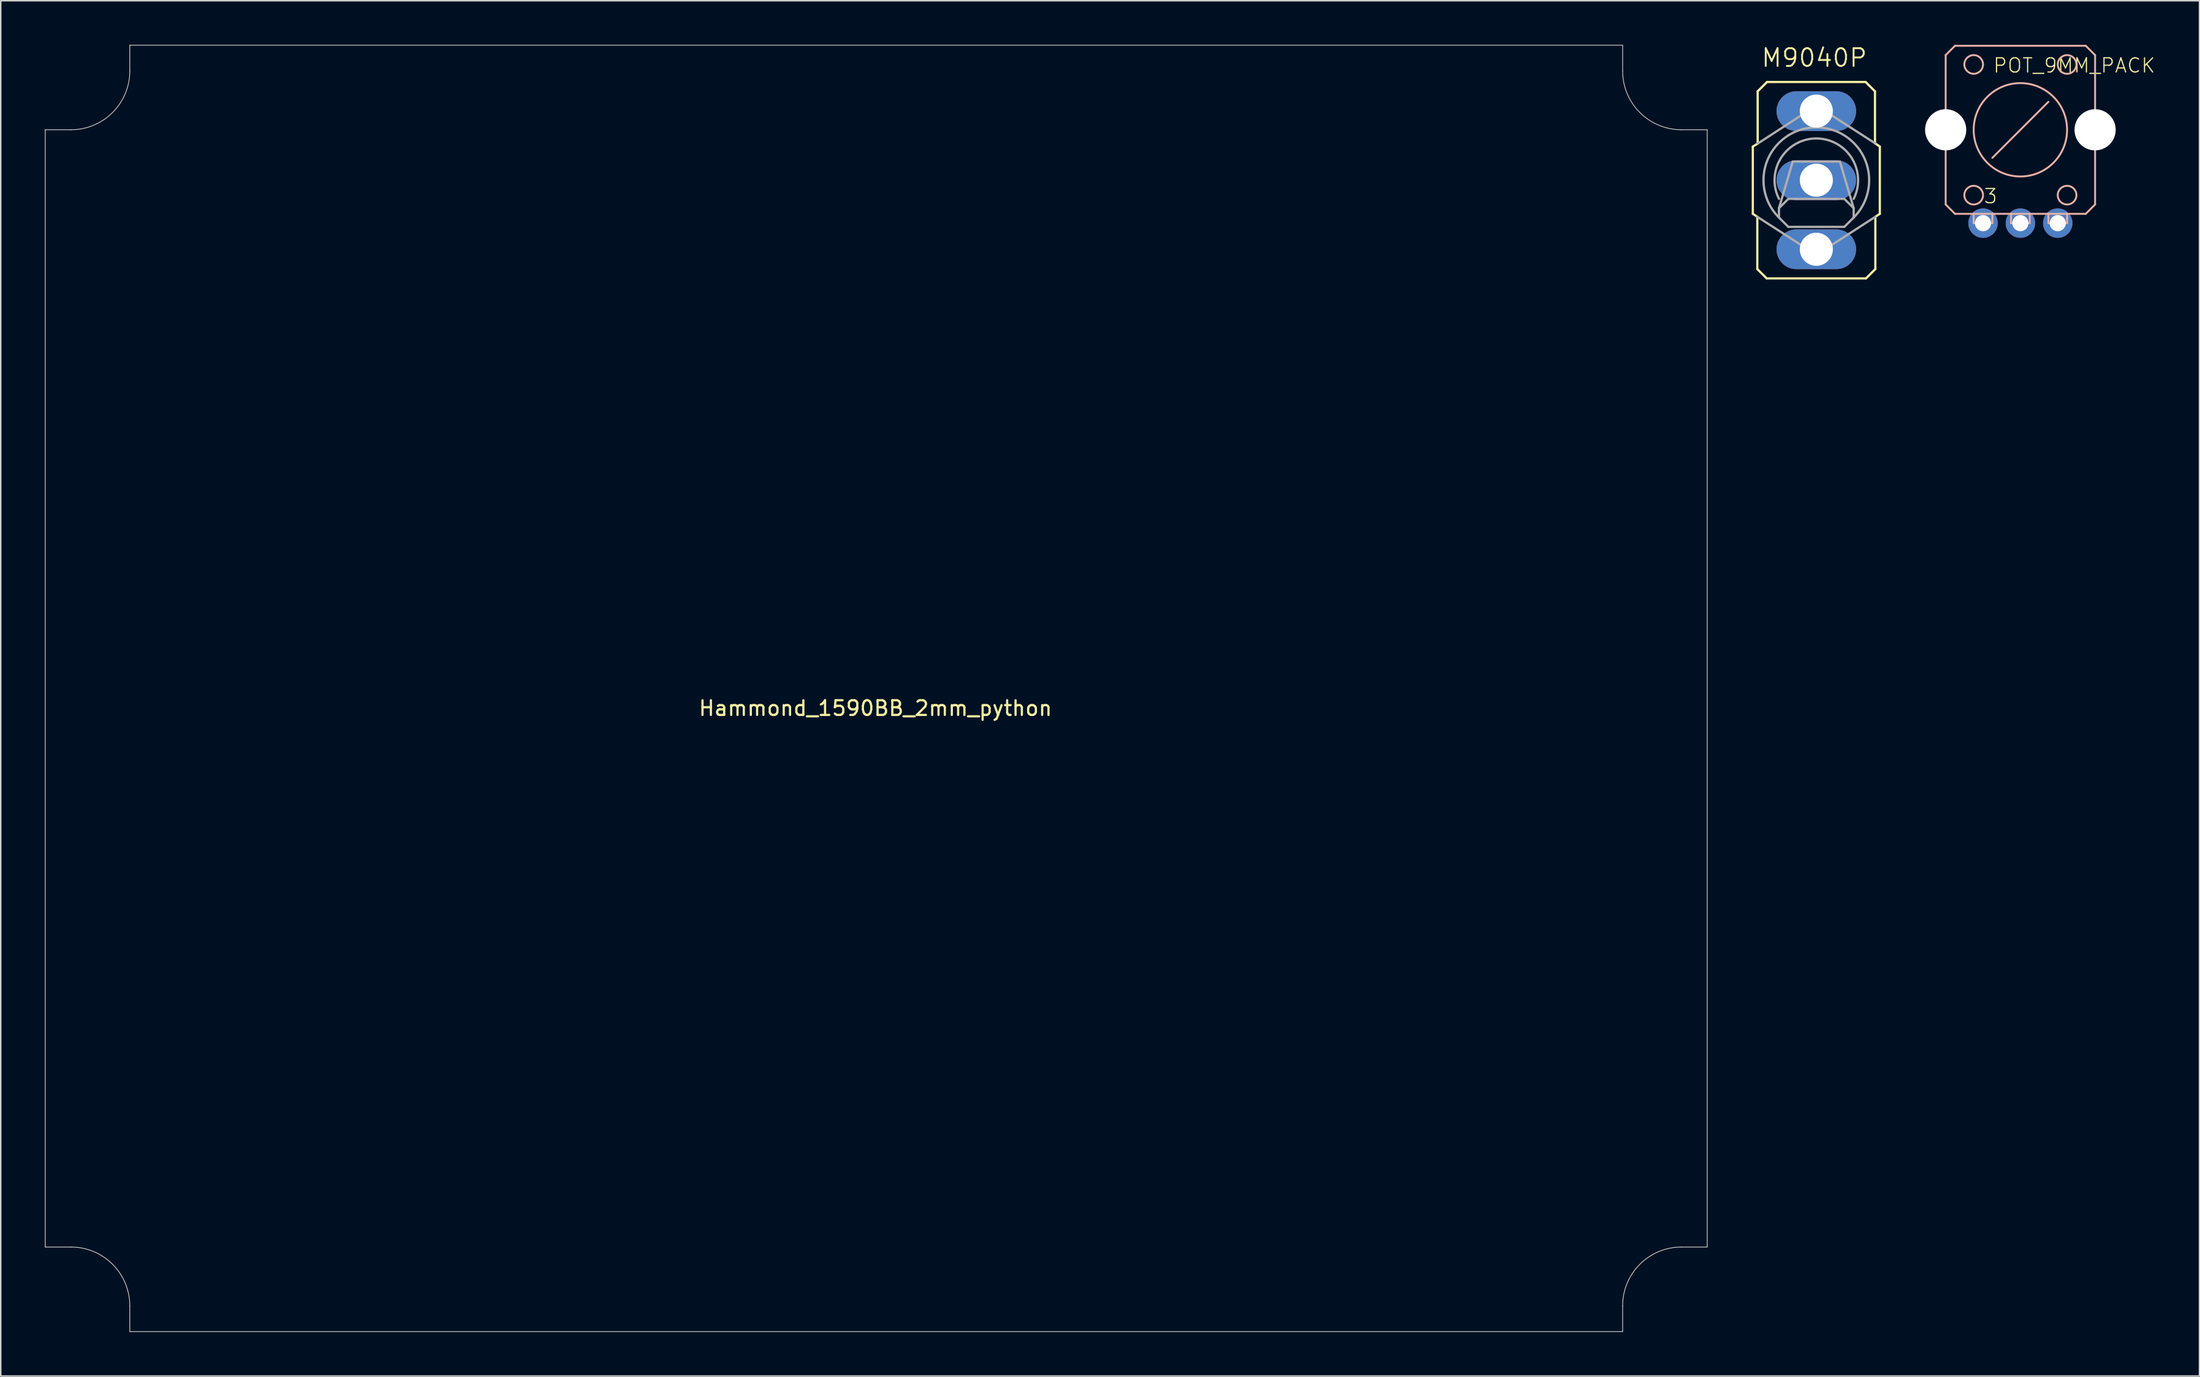
<source format=kicad_pcb>
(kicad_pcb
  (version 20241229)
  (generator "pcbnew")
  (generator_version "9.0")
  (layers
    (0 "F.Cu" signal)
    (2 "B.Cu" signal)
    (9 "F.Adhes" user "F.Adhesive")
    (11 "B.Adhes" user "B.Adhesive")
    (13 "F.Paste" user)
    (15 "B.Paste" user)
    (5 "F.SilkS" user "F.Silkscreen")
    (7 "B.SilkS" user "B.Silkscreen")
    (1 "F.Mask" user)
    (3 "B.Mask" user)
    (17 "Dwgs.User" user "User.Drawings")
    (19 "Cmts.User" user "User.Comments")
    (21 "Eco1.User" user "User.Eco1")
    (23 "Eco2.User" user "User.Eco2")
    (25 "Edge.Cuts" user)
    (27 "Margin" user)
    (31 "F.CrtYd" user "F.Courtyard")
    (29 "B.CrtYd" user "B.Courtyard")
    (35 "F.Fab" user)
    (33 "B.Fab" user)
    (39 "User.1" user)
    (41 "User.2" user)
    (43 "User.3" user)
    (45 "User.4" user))
  (footprint "Hammond_1590BB_2mm_python"
    (layer "F.Cu")
    (at 56.525 43.775)
    (property "Reference" "Hammond_1590BB_2mm_python" (at -0.05 1.35 0) (layer "F.SilkS") (effects (font (size 1 1) (thickness 0.15))))
    (attr through_hole)
    (fp_line (start -56.5 -38) (end -56.5 38) (stroke (width 0.05) (type solid)) (layer "Edge.Cuts"))
    (fp_line (start -54.75 -38) (end -56.5 -38) (stroke (width 0.05) (type solid)) (layer "Edge.Cuts"))
    (fp_line (start -54.75 38) (end -56.5 38) (stroke (width 0.05) (type solid)) (layer "Edge.Cuts"))
    (fp_line (start -50.75 -43.75) (end 50.75 -43.75) (stroke (width 0.05) (type solid)) (layer "Edge.Cuts"))
    (fp_line (start -50.75 -42) (end -50.75 -43.75) (stroke (width 0.05) (type solid)) (layer "Edge.Cuts"))
    (fp_line (start -50.75 42) (end -50.75 43.75) (stroke (width 0.05) (type solid)) (layer "Edge.Cuts"))
    (fp_line (start -50.75 43.75) (end 50.75 43.75) (stroke (width 0.05) (type solid)) (layer "Edge.Cuts"))
    (fp_line (start 50.75 -42) (end 50.75 -43.75) (stroke (width 0.05) (type solid)) (layer "Edge.Cuts"))
    (fp_line (start 50.75 42) (end 50.75 43.75) (stroke (width 0.05) (type solid)) (layer "Edge.Cuts"))
    (fp_line (start 54.75 -38) (end 56.5 -38) (stroke (width 0.05) (type solid)) (layer "Edge.Cuts"))
    (fp_line (start 54.75 38) (end 56.5 38) (stroke (width 0.05) (type solid)) (layer "Edge.Cuts"))
    (fp_line (start 56.5 -38) (end 56.5 38) (stroke (width 0.05) (type solid)) (layer "Edge.Cuts"))
    (fp_arc (start -54.75 38) (mid -51.921573 39.171573) (end -50.75 42) (stroke (width 0.05) (type solid)) (layer "Edge.Cuts"))
    (fp_arc (start -50.75 -42) (mid -51.921573 -39.171573) (end -54.75 -38) (stroke (width 0.05) (type solid)) (layer "Edge.Cuts"))
    (fp_arc (start 50.75 42) (mid 51.921573 39.171573) (end 54.75 38) (stroke (width 0.05) (type solid)) (layer "Edge.Cuts"))
    (fp_arc (start 54.75 -38) (mid 51.921573 -39.171573) (end 50.75 -42) (stroke (width 0.05) (type solid)) (layer "Edge.Cuts")))
  (footprint "M9040P"
    (layer "F.Cu")
    (at 120.444 9.207)
    (property "Reference" "M9040P" (at -3.81 -7.62 0) (layer "F.SilkS") (effects (font (size 1.206 1.206) (thickness 0.127)) (justify left bottom)))
    (attr through_hole)
    (fp_line (start -4.318 -2.286) (end -4.318 2.286) (stroke (width 0.152) (type solid)) (layer "F.SilkS"))
    (fp_line (start -4.318 2.286) (end -4.013 2.489) (stroke (width 0.152) (type solid)) (layer "F.SilkS"))
    (fp_line (start -4.013 6.045) (end -4.013 2.489) (stroke (width 0.152) (type solid)) (layer "F.SilkS"))
    (fp_line (start -4.013 6.045) (end -3.378 6.68) (stroke (width 0.152) (type solid)) (layer "F.SilkS"))
    (fp_line (start -3.988 -2.489) (end -4.318 -2.286) (stroke (width 0.152) (type solid)) (layer "F.SilkS"))
    (fp_line (start -3.988 -2.489) (end -3.988 -6.045) (stroke (width 0.152) (type solid)) (layer "F.SilkS"))
    (fp_line (start -3.353 -6.68) (end -3.988 -6.045) (stroke (width 0.152) (type solid)) (layer "F.SilkS"))
    (fp_line (start -3.353 -6.68) (end 3.353 -6.68) (stroke (width 0.152) (type solid)) (layer "F.SilkS"))
    (fp_line (start 3.378 6.68) (end -3.378 6.68) (stroke (width 0.152) (type solid)) (layer "F.SilkS"))
    (fp_line (start 3.378 6.68) (end 4.013 6.045) (stroke (width 0.152) (type solid)) (layer "F.SilkS"))
    (fp_line (start 3.988 -6.045) (end 3.353 -6.68) (stroke (width 0.152) (type solid)) (layer "F.SilkS"))
    (fp_line (start 3.988 -6.045) (end 3.988 -2.515) (stroke (width 0.152) (type solid)) (layer "F.SilkS"))
    (fp_line (start 4.013 2.489) (end 4.318 2.286) (stroke (width 0.152) (type solid)) (layer "F.SilkS"))
    (fp_line (start 4.013 6.045) (end 4.013 2.489) (stroke (width 0.152) (type solid)) (layer "F.SilkS"))
    (fp_line (start 4.318 -2.286) (end 3.988 -2.515) (stroke (width 0.152) (type solid)) (layer "F.SilkS"))
    (fp_line (start 4.318 -2.286) (end 4.318 2.286) (stroke (width 0.152) (type solid)) (layer "F.SilkS"))
    (fp_line (start -4.013 2.489) (end 0 5.08) (stroke (width 0.152) (type solid)) (layer "F.Fab"))
    (fp_line (start -2.54 2.54) (end -2.54 1.905) (stroke (width 0.152) (type solid)) (layer "F.Fab"))
    (fp_line (start -2.54 2.54) (end -1.905 3.175) (stroke (width 0.152) (type solid)) (layer "F.Fab"))
    (fp_line (start -1.905 1.27) (end -2.54 1.905) (stroke (width 0.152) (type solid)) (layer "F.Fab"))
    (fp_line (start -1.905 1.27) (end 1.905 1.27) (stroke (width 0.152) (type solid)) (layer "F.Fab"))
    (fp_line (start -1.6 -1.27) (end -2.54 1.905) (stroke (width 0.152) (type solid)) (layer "F.Fab"))
    (fp_line (start -1.6 -1.27) (end 1.6 -1.27) (stroke (width 0.152) (type solid)) (layer "F.Fab"))
    (fp_line (start 0 -5.08) (end -3.988 -2.489) (stroke (width 0.152) (type solid)) (layer "F.Fab"))
    (fp_line (start 0 5.08) (end 4.013 2.489) (stroke (width 0.152) (type solid)) (layer "F.Fab"))
    (fp_line (start 1.6 -1.27) (end 2.54 1.905) (stroke (width 0.152) (type solid)) (layer "F.Fab"))
    (fp_line (start 1.905 1.27) (end 2.54 1.905) (stroke (width 0.152) (type solid)) (layer "F.Fab"))
    (fp_line (start 1.905 3.175) (end -1.905 3.175) (stroke (width 0.152) (type solid)) (layer "F.Fab"))
    (fp_line (start 1.905 3.175) (end 2.54 2.54) (stroke (width 0.152) (type solid)) (layer "F.Fab"))
    (fp_line (start 2.54 1.905) (end 2.54 2.54) (stroke (width 0.152) (type solid)) (layer "F.Fab"))
    (fp_line (start 3.988 -2.515) (end 0 -5.08) (stroke (width 0.152) (type solid)) (layer "F.Fab"))
    (fp_arc (start -2.54 1.27) (mid 0 -2.839806) (end 2.54 1.27) (stroke (width 0.1524) (type solid)) (layer "F.Fab"))
    (fp_arc (start -2.54 2.54) (mid 0 -3.592102) (end 2.54 2.54) (stroke (width 0.1524) (type solid)) (layer "F.Fab"))
    (pad "1" thru_hole oval (at 0 -4.699) (size 5.41 2.705) (drill 2.25) (layers "*.Cu" "*.Mask"))
    (pad "2" thru_hole oval (at 0 0) (size 5.41 2.705) (drill 2.25) (layers "*.Cu" "*.Mask"))
    (pad "3" thru_hole oval (at 0 4.699) (size 5.41 2.705) (drill 2.25) (layers "*.Cu" "*.Mask")))
  (footprint "POT_9MM_PACK"
    (layer "F.Cu")
    (at 134.318 5.779)
    (property "Reference" "POT_9MM_PACK" (at -1.905 -3.81 0) (layer "F.SilkS") (effects (font (size 0.965 0.965) (thickness 0.081)) (justify left bottom)))
    (attr through_hole)
    (fp_line (start -5.08 -5.08) (end -5.08 5.08) (stroke (width 0.127) (type solid)) (layer "B.SilkS"))
    (fp_line (start -5.08 5.08) (end -4.445 5.715) (stroke (width 0.127) (type solid)) (layer "B.SilkS"))
    (fp_line (start -4.445 -5.715) (end -5.08 -5.08) (stroke (width 0.127) (type solid)) (layer "B.SilkS"))
    (fp_line (start -4.445 -5.715) (end 4.445 -5.715) (stroke (width 0.127) (type solid)) (layer "B.SilkS"))
    (fp_line (start -4.445 5.715) (end -3.175 5.715) (stroke (width 0.127) (type solid)) (layer "B.SilkS"))
    (fp_line (start -3.175 5.715) (end -3.175 6.35) (stroke (width 0.127) (type solid)) (layer "B.SilkS"))
    (fp_line (start -3.175 5.715) (end -1.905 5.715) (stroke (width 0.127) (type solid)) (layer "B.SilkS"))
    (fp_line (start -3.175 6.35) (end -1.905 6.35) (stroke (width 0.127) (type solid)) (layer "B.SilkS"))
    (fp_line (start -1.905 1.905) (end 1.905 -1.905) (stroke (width 0.127) (type solid)) (layer "B.SilkS"))
    (fp_line (start -1.905 5.715) (end -0.635 5.715) (stroke (width 0.127) (type solid)) (layer "B.SilkS"))
    (fp_line (start -1.905 6.35) (end -1.905 5.715) (stroke (width 0.127) (type solid)) (layer "B.SilkS"))
    (fp_line (start -0.635 5.715) (end -0.635 6.35) (stroke (width 0.127) (type solid)) (layer "B.SilkS"))
    (fp_line (start -0.635 5.715) (end 0.635 5.715) (stroke (width 0.127) (type solid)) (layer "B.SilkS"))
    (fp_line (start -0.635 6.35) (end 0.635 6.35) (stroke (width 0.127) (type solid)) (layer "B.SilkS"))
    (fp_line (start 0.635 5.715) (end 1.905 5.715) (stroke (width 0.127) (type solid)) (layer "B.SilkS"))
    (fp_line (start 0.635 6.35) (end 0.635 5.715) (stroke (width 0.127) (type solid)) (layer "B.SilkS"))
    (fp_line (start 1.905 5.715) (end 1.905 6.35) (stroke (width 0.127) (type solid)) (layer "B.SilkS"))
    (fp_line (start 1.905 5.715) (end 3.175 5.715) (stroke (width 0.127) (type solid)) (layer "B.SilkS"))
    (fp_line (start 1.905 6.35) (end 3.175 6.35) (stroke (width 0.127) (type solid)) (layer "B.SilkS"))
    (fp_line (start 3.175 5.715) (end 4.445 5.715) (stroke (width 0.127) (type solid)) (layer "B.SilkS"))
    (fp_line (start 3.175 6.35) (end 3.175 5.715) (stroke (width 0.127) (type solid)) (layer "B.SilkS"))
    (fp_line (start 4.445 -5.715) (end 5.08 -5.08) (stroke (width 0.127) (type solid)) (layer "B.SilkS"))
    (fp_line (start 5.08 -5.08) (end 5.08 5.08) (stroke (width 0.127) (type solid)) (layer "B.SilkS"))
    (fp_line (start 5.08 5.08) (end 4.445 5.715) (stroke (width 0.127) (type solid)) (layer "B.SilkS"))
    (fp_circle (center -3.175 -4.445) (end -2.54 -4.445) (stroke (width 0.127) (type solid)) (fill no) (layer "B.SilkS"))
    (fp_circle (center -3.175 4.445) (end -2.54 4.445) (stroke (width 0.127) (type solid)) (fill no) (layer "B.SilkS"))
    (fp_circle (center 0 0) (end 3.175 0) (stroke (width 0.127) (type solid)) (fill no) (layer "B.SilkS"))
    (fp_circle (center 3.175 -4.445) (end 3.81 -4.445) (stroke (width 0.127) (type solid)) (fill no) (layer "B.SilkS"))
    (fp_circle (center 3.175 4.445) (end 3.81 4.445) (stroke (width 0.127) (type solid)) (fill no) (layer "B.SilkS"))
    (fp_text user "3" (at -2.54 5.08 0) (layer "F.SilkS") (effects (font (size 0.965 0.965) (thickness 0.081)) (justify left bottom)))
    (pad "" np_thru_hole circle (at -5.08 0) (size 2.8 2.8) (drill 2.8) (layers "*.Cu"))
    (pad "" np_thru_hole circle (at 5.08 0) (size 2.8 2.8) (drill 2.8) (layers "*.Cu"))
    (pad "P$1" thru_hole circle (at 2.54 6.35) (size 2 2) (drill 1.1) (layers "*.Cu" "*.Mask"))
    (pad "P$2" thru_hole circle (at 0 6.35) (size 2 2) (drill 1.1) (layers "*.Cu" "*.Mask"))
    (pad "P$3" thru_hole circle (at -2.54 6.35) (size 2 2) (drill 1.1) (layers "*.Cu" "*.Mask")))
  (gr_rect
    (start -3 -3)
    (end 146.495 90.55)
    (stroke (width 0.1) (type default))
    (fill no)
    (layer "Edge.Cuts")))
</source>
